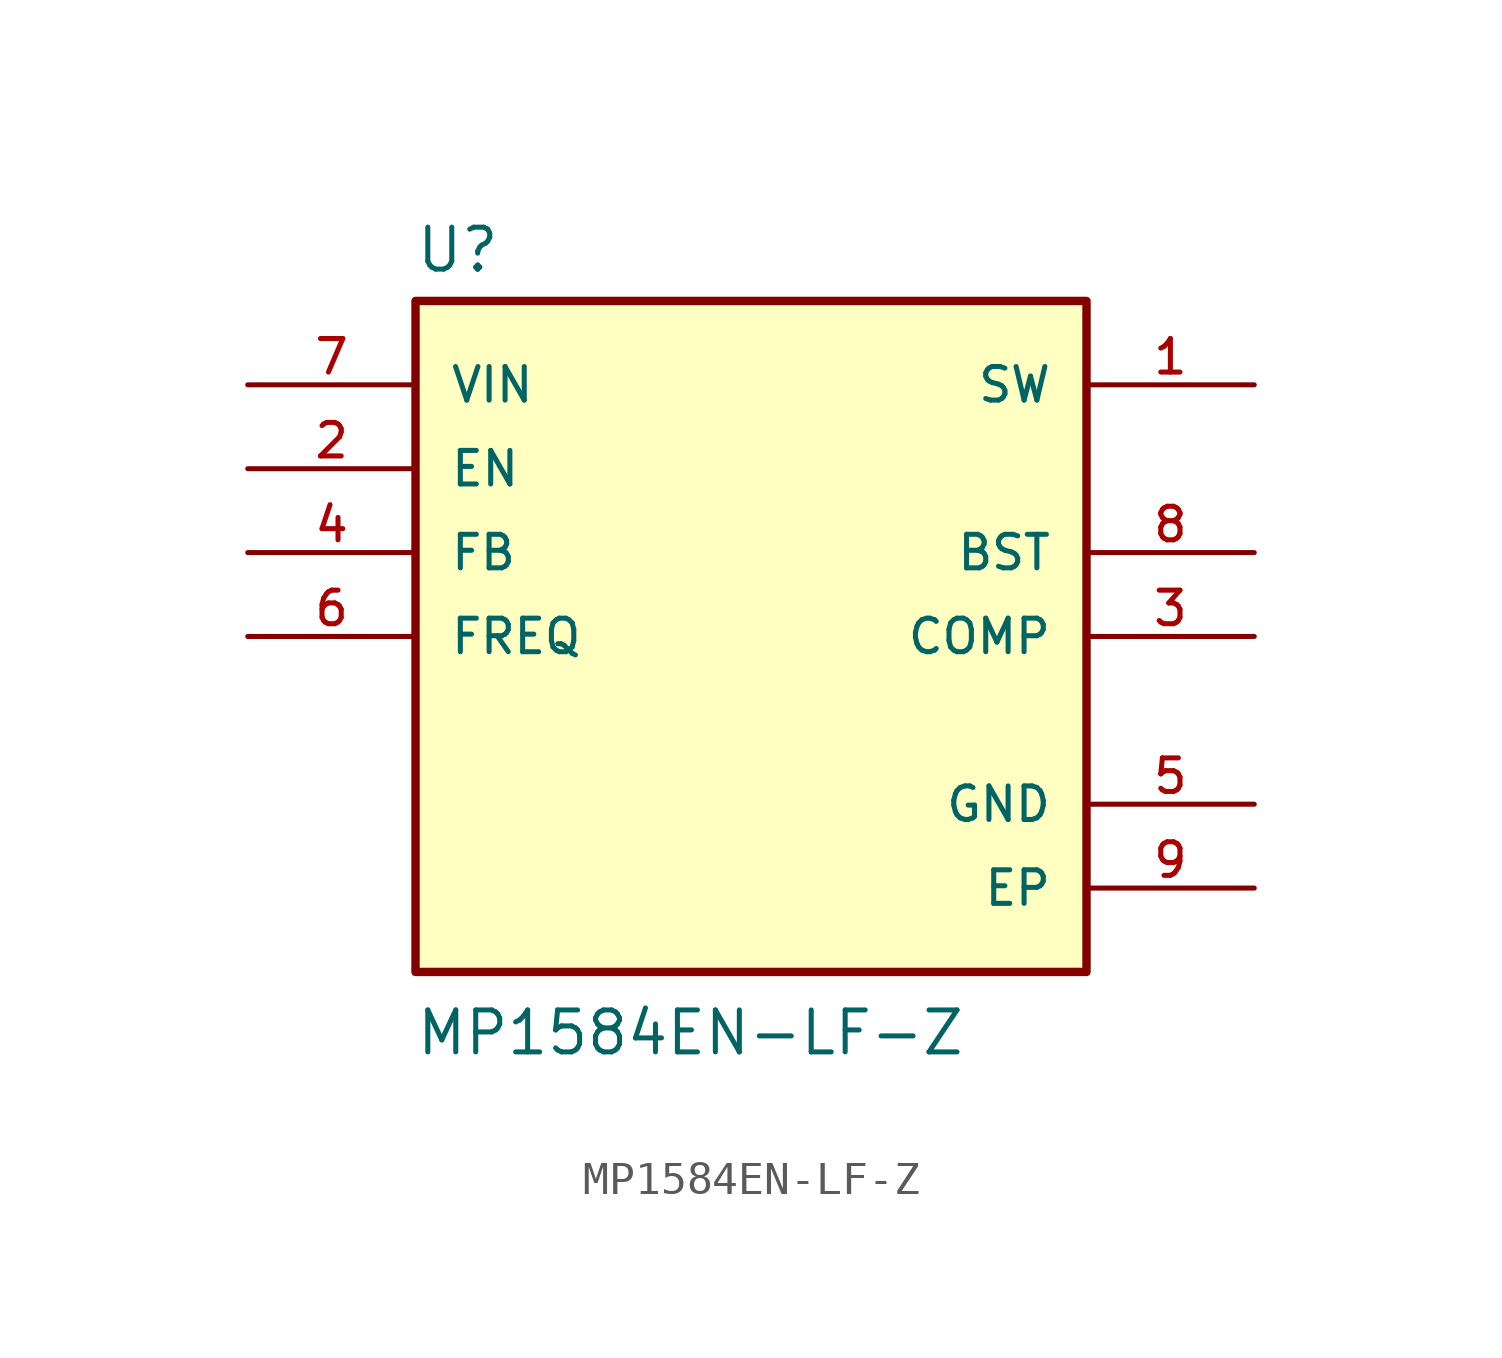
<source format=kicad_sym>
(kicad_symbol_lib
  (version 20211014)
  (generator kicad_symbol_editor)
  (symbol "MP1584EN-LF-Z"
    (pin_names
      (offset 1.016))
    (property "Reference" "U"
      (at -10.19 10.961 0)
      (effects (font (size 1.27 1.27)) (justify bottom left)))
    (property "Value" "MP1584EN-LF-Z"
      (at -10.19 -12.744 0)
      (effects (font (size 1.27 1.27)) (justify bottom left)))
    (symbol "MP1584EN-LF-Z_0_0"
      (rectangle (start -10.16 -10.16) (end 10.16 10.16) (stroke (width 0.254)) (fill (type background)))
      (pin input line (at -15.24 7.62 0) (length 5.08) (name "VIN" (effects (font (size 1.016 1.016)))) (number "7" (effects (font (size 1.016 1.016)))))
      (pin input line (at -15.24 2.54 0) (length 5.08) (name "FB" (effects (font (size 1.016 1.016)))) (number "4" (effects (font (size 1.016 1.016)))))
      (pin power_in line (at 15.24 -5.08 180.0) (length 5.08) (name "GND" (effects (font (size 1.016 1.016)))) (number "5" (effects (font (size 1.016 1.016)))))
      (pin passive line (at -15.24 0.0 0) (length 5.08) (name "FREQ" (effects (font (size 1.016 1.016)))) (number "6" (effects (font (size 1.016 1.016)))))
      (pin output line (at 15.24 7.62 180.0) (length 5.08) (name "SW" (effects (font (size 1.016 1.016)))) (number "1" (effects (font (size 1.016 1.016)))))
      (pin passive line (at 15.24 0.0 180.0) (length 5.08) (name "COMP" (effects (font (size 1.016 1.016)))) (number "3" (effects (font (size 1.016 1.016)))))
      (pin input line (at -15.24 5.08 0) (length 5.08) (name "EN" (effects (font (size 1.016 1.016)))) (number "2" (effects (font (size 1.016 1.016)))))
      (pin power_in line (at 15.24 -7.62 180.0) (length 5.08) (name "EP" (effects (font (size 1.016 1.016)))) (number "9" (effects (font (size 1.016 1.016)))))
      (pin passive line (at 15.24 2.54 180.0) (length 5.08) (name "BST" (effects (font (size 1.016 1.016)))) (number "8" (effects (font (size 1.016 1.016))))))))
</source>
